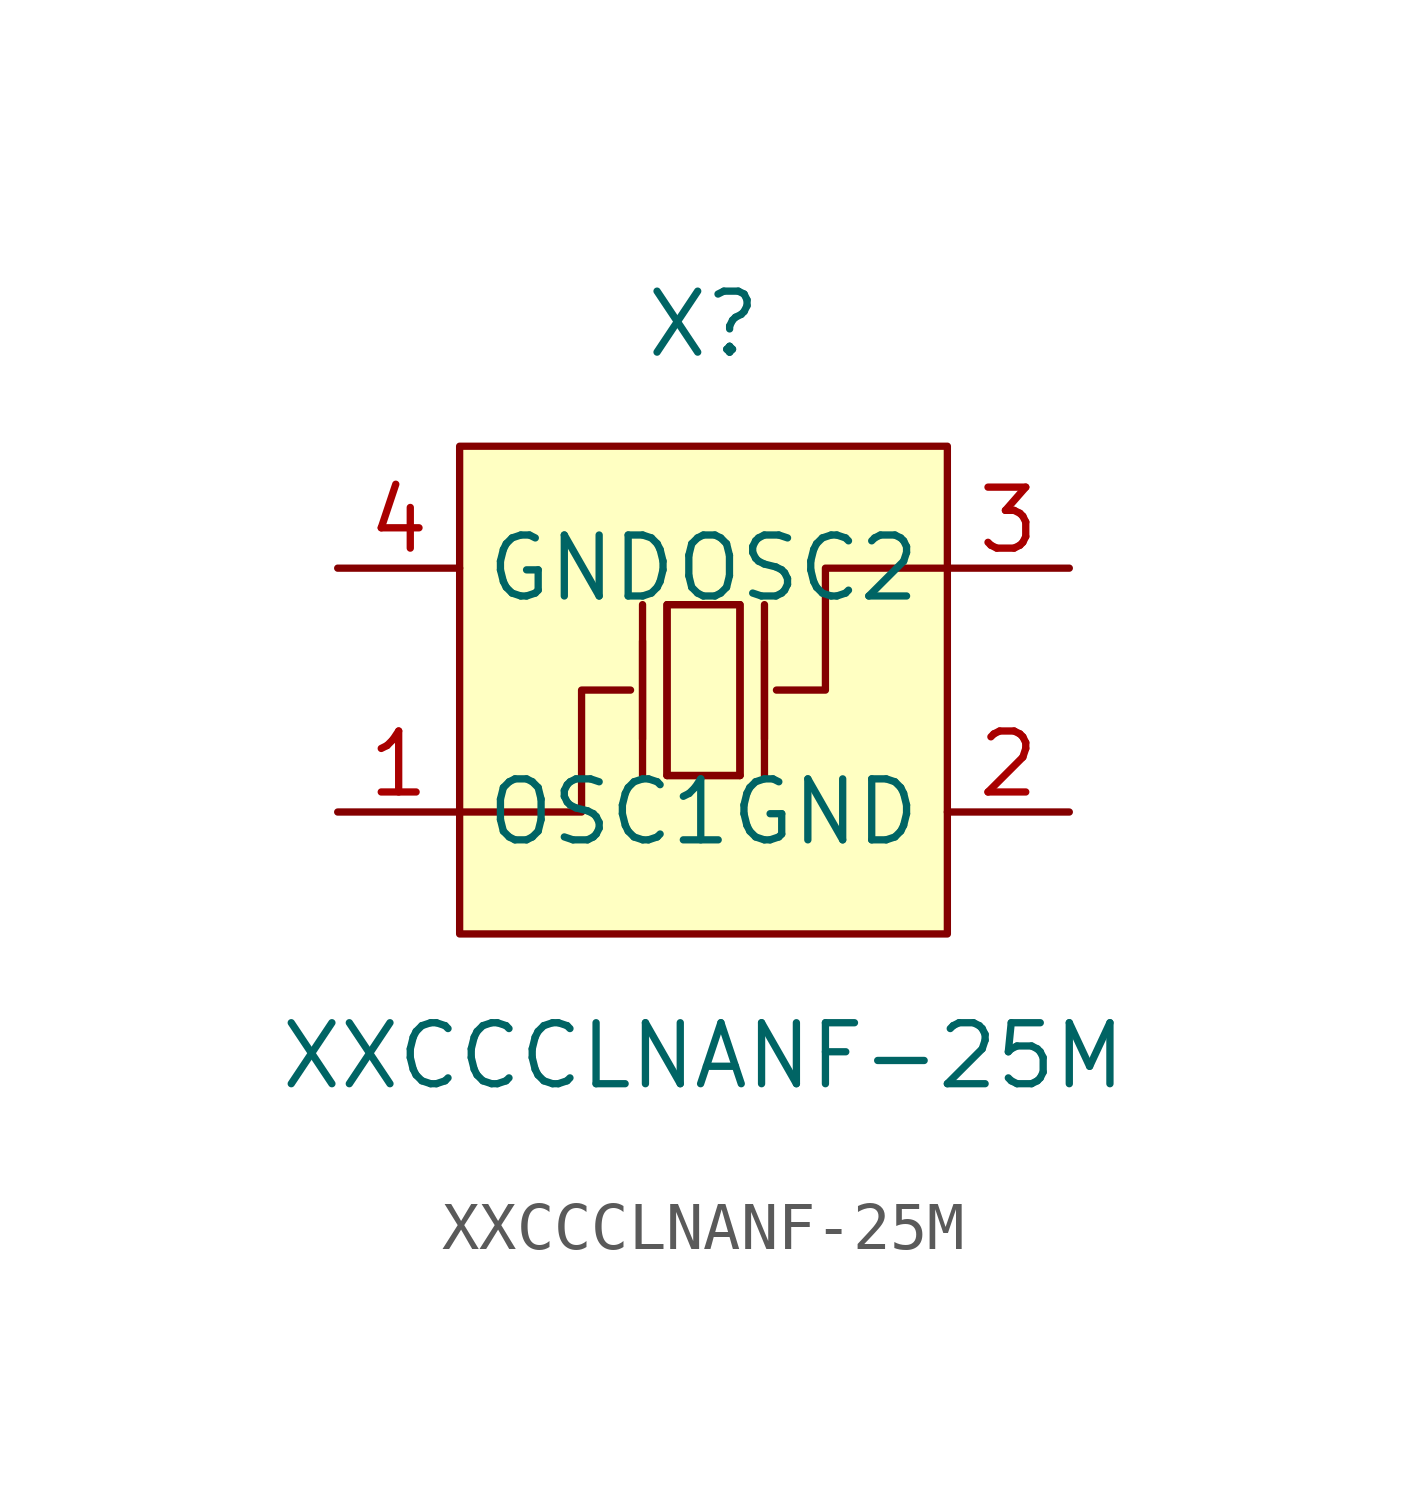
<source format=kicad_sym>
(kicad_symbol_lib
  (version 20211014)
  (generator https://github.com/uPesy/easyeda2kicad.py)
  (symbol "XXCCCLNANF-25M"
    (property "Reference" "X"
      (at 0 7.62 0)
      (effects (font (size 1.27 1.27))))
    (property "Value" "XXCCCLNANF-25M"
      (at 0 -7.62 0)
      (effects (font (size 1.27 1.27))))
    (symbol "XXCCCLNANF-25M_0_1"
      (rectangle (start -5.08 5.08) (end 5.08 -5.08) (stroke (width 0) (type default) (color 0 0 0 0)) (fill (type background)))
      (polyline (pts (xy -1.27 -1.02) (xy -1.27 1.02)) (stroke (width 0) (type default) (color 0 0 0 0)) (fill (type none)))
      (polyline (pts (xy 0.76 -1.78) (xy -0.76 -1.78)) (stroke (width 0) (type default) (color 0 0 0 0)) (fill (type none)))
      (polyline (pts (xy 1.27 -1.02) (xy 1.27 1.02)) (stroke (width 0) (type default) (color 0 0 0 0)) (fill (type none)))
      (polyline (pts (xy -0.76 -1.78) (xy -0.76 1.78) (xy 0.76 1.78) (xy 0.76 -1.78)) (stroke (width 0) (type default) (color 0 0 0 0)) (fill (type none)))
      (polyline (pts (xy 5.08 2.54) (xy 2.54 2.54) (xy 2.54 -0.00) (xy 1.52 -0.00)) (stroke (width 0) (type default) (color 0 0 0 0)) (fill (type none)))
      (polyline (pts (xy -5.08 -2.54) (xy -2.54 -2.54) (xy -2.54 -0.00) (xy -1.52 -0.00)) (stroke (width 0) (type default) (color 0 0 0 0)) (fill (type none)))
      (polyline (pts (xy 1.27 -1.78) (xy 1.27 1.78)) (stroke (width 0) (type default) (color 0 0 0 0)) (fill (type none)))
      (polyline (pts (xy -1.27 -1.78) (xy -1.27 1.78)) (stroke (width 0) (type default) (color 0 0 0 0)) (fill (type none)))
      (polyline (pts (xy 0.76 1.78) (xy 0.76 -1.78) (xy -0.76 -1.78) (xy -0.76 1.78) (xy 0.76 1.78)) (stroke (width 0) (type default) (color 0 0 0 0)) (fill (type background)))
      (pin unspecified line (at -7.62 2.54 0) (length 2.54) (name "GND" (effects (font (size 1.27 1.27)))) (number "4" (effects (font (size 1.27 1.27)))))
      (pin unspecified line (at 7.62 -2.54 180) (length 2.54) (name "GND" (effects (font (size 1.27 1.27)))) (number "2" (effects (font (size 1.27 1.27)))))
      (pin unspecified line (at -7.62 -2.54 0) (length 2.54) (name "OSC1" (effects (font (size 1.27 1.27)))) (number "1" (effects (font (size 1.27 1.27)))))
      (pin unspecified line (at 7.62 2.54 180) (length 2.54) (name "OSC2" (effects (font (size 1.27 1.27)))) (number "3" (effects (font (size 1.27 1.27))))))))
</source>
